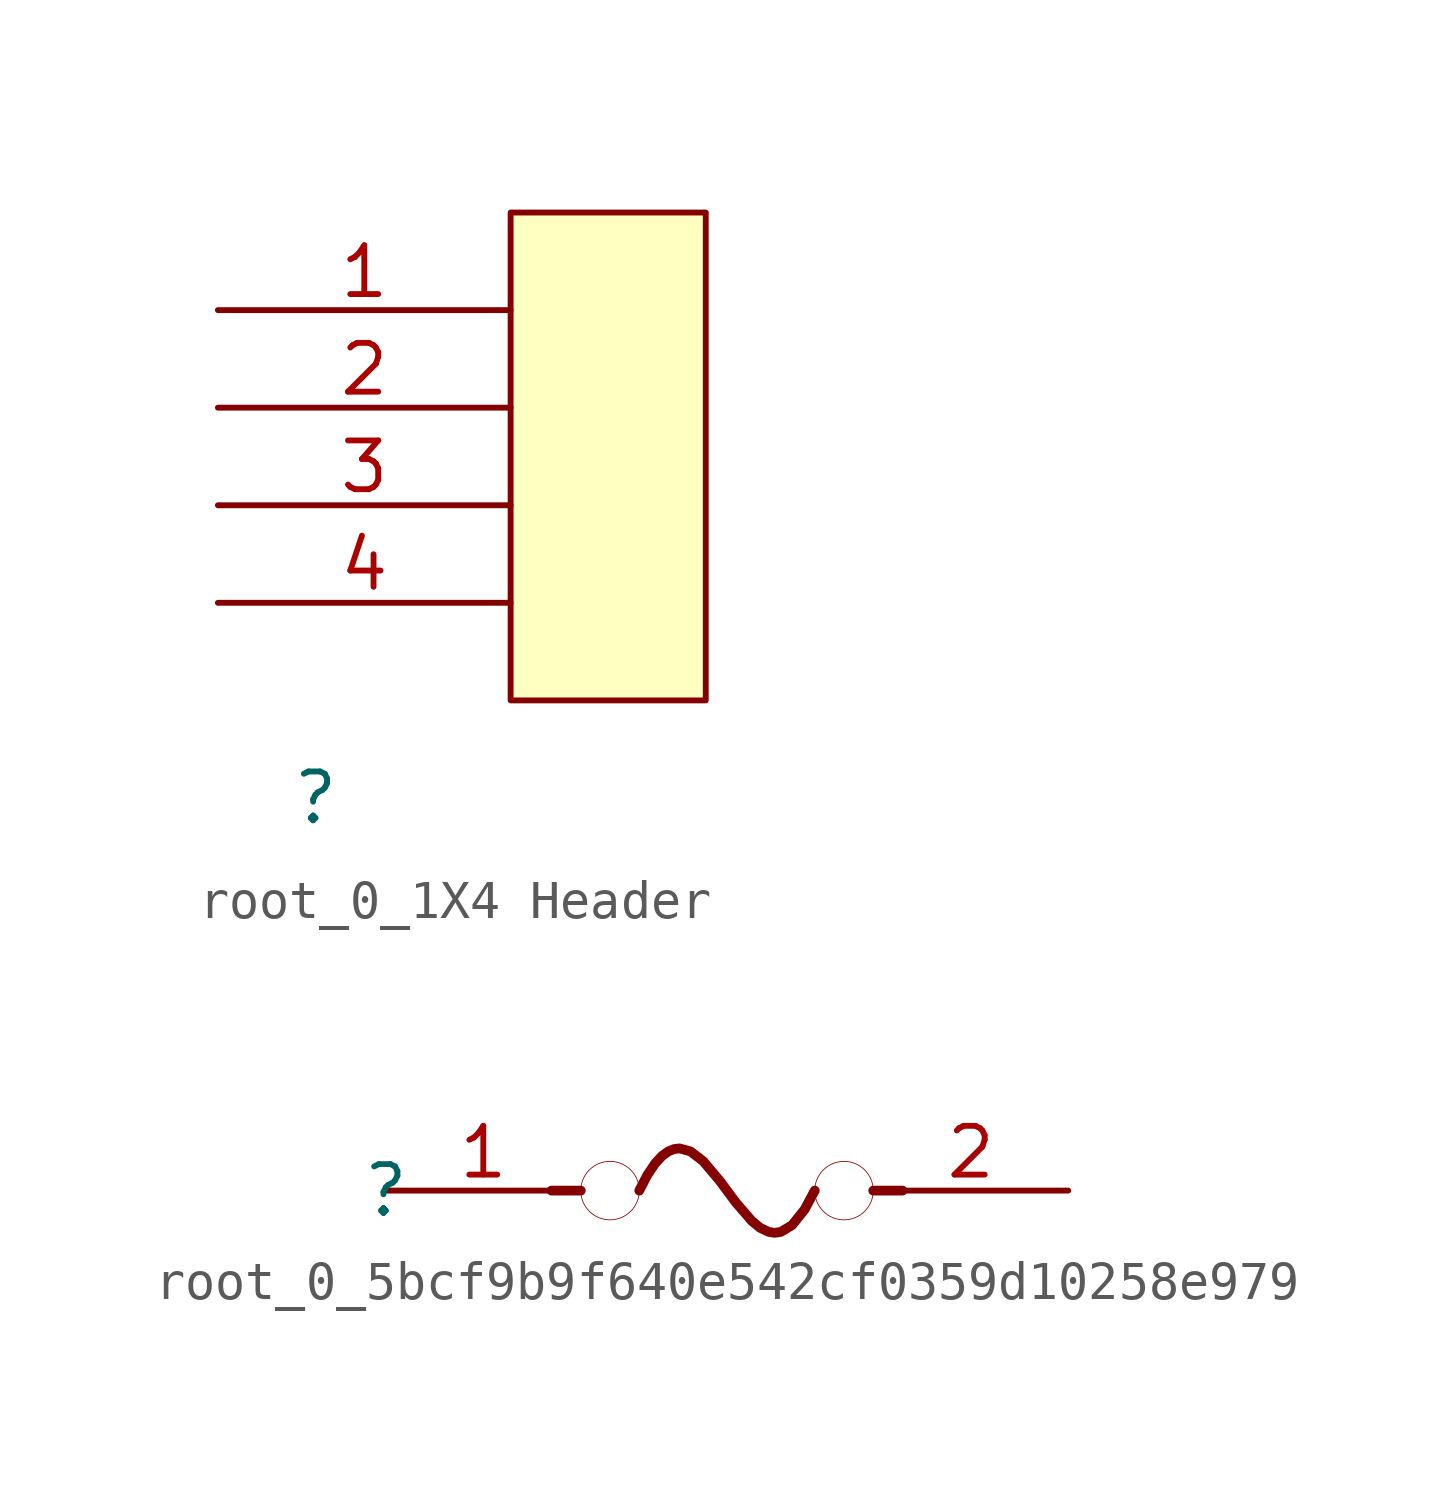
<source format=kicad_sym>
(kicad_symbol_lib
  (version 20220914)
  (generator kicad_symbol_editor)
  (symbol "root_0_1X4 Header"
    (property "Reference" ""
      (at 0 0 0)
      (effects (font (size 1.27 1.27))))
    (property "Value" ""
      (at 0 0 0)
      (effects (font (size 1.27 1.27))))
    (symbol "root_0_1X4 Header_1_0"
      (rectangle (start 10.16 15.24) (end 5.08 2.54) (stroke (width 0) (type solid)) (fill (type background)))
      (pin passive line (at -2.54 12.7 0) (length 7.62) (name "1" (effects (font (size 0 0)))) (number "1" (effects (font (size 1.27 1.27)))))
      (pin passive line (at -2.54 10.16 0) (length 7.62) (name "2" (effects (font (size 0 0)))) (number "2" (effects (font (size 1.27 1.27)))))
      (pin passive line (at -2.54 7.62 0) (length 7.62) (name "3" (effects (font (size 0 0)))) (number "3" (effects (font (size 1.27 1.27)))))
      (pin passive line (at -2.54 5.08 0) (length 7.62) (name "4" (effects (font (size 0 0)))) (number "4" (effects (font (size 1.27 1.27)))))))
  (symbol "root_0_5bcf9b9f640e542cf0359d10258e979"
    (property "Reference" ""
      (at 0 0 0)
      (effects (font (size 1.27 1.27))))
    (property "Value" ""
      (at 0 0 0)
      (effects (font (size 1.27 1.27))))
    (symbol "root_0_5bcf9b9f640e542cf0359d10258e979_1_0"
      (polyline (pts (xy 5.08 0) (xy 4.318 0)) (stroke (width 0.254) (type solid)) (fill (type none)))
      (polyline (pts (xy 12.7 0) (xy 13.462 0)) (stroke (width 0.254) (type solid)) (fill (type none)))
      (circle (center 5.842 0) (radius 0.762) (stroke (width 0.0001) (type solid)) (fill (type none)))
      (bezier (pts (xy 6.604 0) (xy 8.382 3.81) (xy 9.398 -3.81) (xy 11.176 0)) (stroke (width 0.254) (type solid)) (fill (type none)))
      (circle (center 11.938 0) (radius 0.762) (stroke (width 0.0001) (type solid)) (fill (type none)))
      (pin passive line (at 0 0 0) (length 5.08) (name "1" (effects (font (size 0 0)))) (number "1" (effects (font (size 1.27 1.27)))))
      (pin passive line (at 17.78 0 180) (length 5.08) (name "2" (effects (font (size 0 0)))) (number "2" (effects (font (size 1.27 1.27))))))))
</source>
